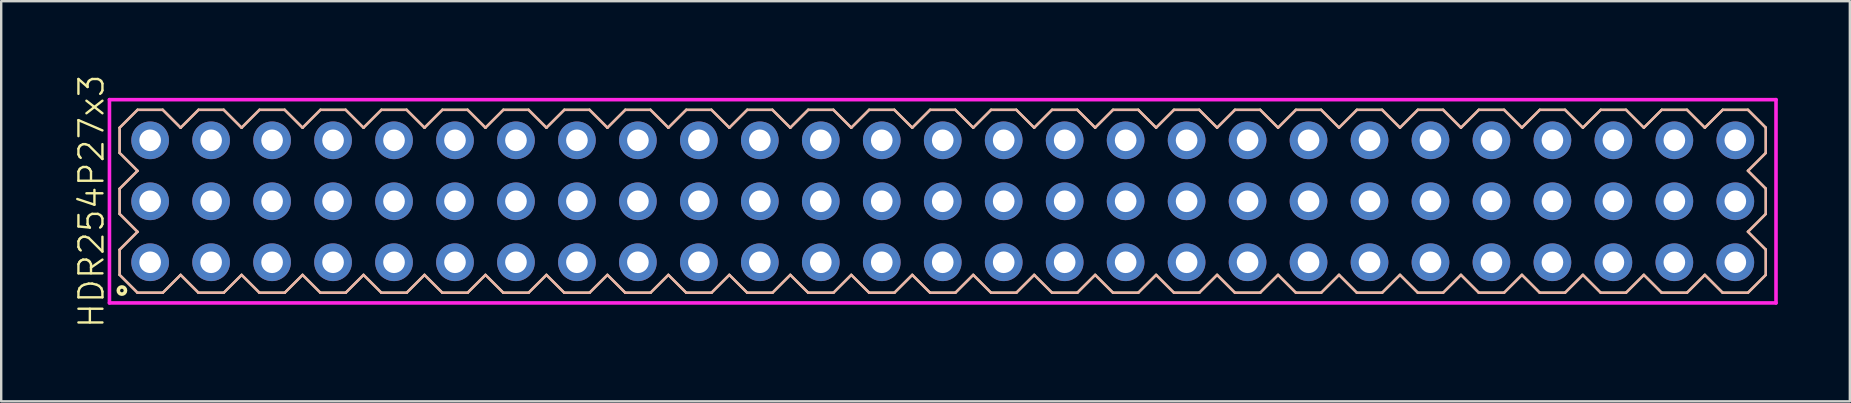
<source format=kicad_pcb>
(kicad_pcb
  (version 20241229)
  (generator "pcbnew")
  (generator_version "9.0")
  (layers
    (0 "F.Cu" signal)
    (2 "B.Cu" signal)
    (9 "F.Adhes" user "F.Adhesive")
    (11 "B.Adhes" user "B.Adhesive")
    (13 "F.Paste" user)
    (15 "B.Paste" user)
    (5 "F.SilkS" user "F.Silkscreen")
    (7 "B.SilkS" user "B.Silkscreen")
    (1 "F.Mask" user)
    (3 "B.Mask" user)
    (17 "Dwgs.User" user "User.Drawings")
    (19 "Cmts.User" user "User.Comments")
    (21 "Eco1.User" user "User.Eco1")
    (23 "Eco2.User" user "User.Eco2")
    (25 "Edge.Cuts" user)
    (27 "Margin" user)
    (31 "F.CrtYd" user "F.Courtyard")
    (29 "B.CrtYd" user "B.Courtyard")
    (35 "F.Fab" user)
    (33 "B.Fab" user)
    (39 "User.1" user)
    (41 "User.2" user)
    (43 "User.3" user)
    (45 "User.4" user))
  (footprint "HDR254P27x3"
    (layer "F.Cu")
    (at 36.225 5.336)
    (property "Reference" "HDR254P27x3" (at -35.465 0 90) (layer "F.SilkS") (effects (font (size 1 1) (thickness 0.1))))
    (attr through_hole)
    (fp_line (start -34.29 -3.066) (end -33.546 -3.81) (stroke (width 0.1) (type solid)) (layer "F.SilkS"))
    (fp_line (start -34.29 -2.014) (end -34.29 -3.066) (stroke (width 0.1) (type solid)) (layer "F.SilkS"))
    (fp_line (start -34.29 -0.526) (end -33.546 -1.27) (stroke (width 0.1) (type solid)) (layer "F.SilkS"))
    (fp_line (start -34.29 0.526) (end -34.29 -0.526) (stroke (width 0.1) (type solid)) (layer "F.SilkS"))
    (fp_line (start -34.29 2.014) (end -33.546 1.27) (stroke (width 0.1) (type solid)) (layer "F.SilkS"))
    (fp_line (start -34.29 3.066) (end -34.29 2.014) (stroke (width 0.1) (type solid)) (layer "F.SilkS"))
    (fp_line (start -33.546 -3.81) (end -32.494 -3.81) (stroke (width 0.1) (type solid)) (layer "F.SilkS"))
    (fp_line (start -33.546 -1.27) (end -34.29 -2.014) (stroke (width 0.1) (type solid)) (layer "F.SilkS"))
    (fp_line (start -33.546 1.27) (end -34.29 0.526) (stroke (width 0.1) (type solid)) (layer "F.SilkS"))
    (fp_line (start -33.546 3.81) (end -34.29 3.066) (stroke (width 0.1) (type solid)) (layer "F.SilkS"))
    (fp_line (start -32.494 -3.81) (end -31.75 -3.066) (stroke (width 0.1) (type solid)) (layer "F.SilkS"))
    (fp_line (start -32.494 3.81) (end -33.546 3.81) (stroke (width 0.1) (type solid)) (layer "F.SilkS"))
    (fp_line (start -31.75 -3.066) (end -31.006 -3.81) (stroke (width 0.1) (type solid)) (layer "F.SilkS"))
    (fp_line (start -31.75 3.066) (end -32.494 3.81) (stroke (width 0.1) (type solid)) (layer "F.SilkS"))
    (fp_line (start -31.006 -3.81) (end -29.954 -3.81) (stroke (width 0.1) (type solid)) (layer "F.SilkS"))
    (fp_line (start -31.006 3.81) (end -31.75 3.066) (stroke (width 0.1) (type solid)) (layer "F.SilkS"))
    (fp_line (start -29.954 -3.81) (end -29.21 -3.066) (stroke (width 0.1) (type solid)) (layer "F.SilkS"))
    (fp_line (start -29.954 3.81) (end -31.006 3.81) (stroke (width 0.1) (type solid)) (layer "F.SilkS"))
    (fp_line (start -29.21 -3.066) (end -28.466 -3.81) (stroke (width 0.1) (type solid)) (layer "F.SilkS"))
    (fp_line (start -29.21 3.066) (end -29.954 3.81) (stroke (width 0.1) (type solid)) (layer "F.SilkS"))
    (fp_line (start -28.466 -3.81) (end -27.414 -3.81) (stroke (width 0.1) (type solid)) (layer "F.SilkS"))
    (fp_line (start -28.466 3.81) (end -29.21 3.066) (stroke (width 0.1) (type solid)) (layer "F.SilkS"))
    (fp_line (start -27.414 -3.81) (end -26.67 -3.066) (stroke (width 0.1) (type solid)) (layer "F.SilkS"))
    (fp_line (start -27.414 3.81) (end -28.466 3.81) (stroke (width 0.1) (type solid)) (layer "F.SilkS"))
    (fp_line (start -26.67 -3.066) (end -25.926 -3.81) (stroke (width 0.1) (type solid)) (layer "F.SilkS"))
    (fp_line (start -26.67 3.066) (end -27.414 3.81) (stroke (width 0.1) (type solid)) (layer "F.SilkS"))
    (fp_line (start -25.926 -3.81) (end -24.874 -3.81) (stroke (width 0.1) (type solid)) (layer "F.SilkS"))
    (fp_line (start -25.926 3.81) (end -26.67 3.066) (stroke (width 0.1) (type solid)) (layer "F.SilkS"))
    (fp_line (start -24.874 -3.81) (end -24.13 -3.066) (stroke (width 0.1) (type solid)) (layer "F.SilkS"))
    (fp_line (start -24.874 3.81) (end -25.926 3.81) (stroke (width 0.1) (type solid)) (layer "F.SilkS"))
    (fp_line (start -24.13 -3.066) (end -23.386 -3.81) (stroke (width 0.1) (type solid)) (layer "F.SilkS"))
    (fp_line (start -24.13 3.066) (end -24.874 3.81) (stroke (width 0.1) (type solid)) (layer "F.SilkS"))
    (fp_line (start -23.386 -3.81) (end -22.334 -3.81) (stroke (width 0.1) (type solid)) (layer "F.SilkS"))
    (fp_line (start -23.386 3.81) (end -24.13 3.066) (stroke (width 0.1) (type solid)) (layer "F.SilkS"))
    (fp_line (start -22.334 -3.81) (end -21.59 -3.066) (stroke (width 0.1) (type solid)) (layer "F.SilkS"))
    (fp_line (start -22.334 3.81) (end -23.386 3.81) (stroke (width 0.1) (type solid)) (layer "F.SilkS"))
    (fp_line (start -21.59 -3.066) (end -20.846 -3.81) (stroke (width 0.1) (type solid)) (layer "F.SilkS"))
    (fp_line (start -21.59 3.066) (end -22.334 3.81) (stroke (width 0.1) (type solid)) (layer "F.SilkS"))
    (fp_line (start -20.846 -3.81) (end -19.794 -3.81) (stroke (width 0.1) (type solid)) (layer "F.SilkS"))
    (fp_line (start -20.846 3.81) (end -21.59 3.066) (stroke (width 0.1) (type solid)) (layer "F.SilkS"))
    (fp_line (start -19.794 -3.81) (end -19.05 -3.066) (stroke (width 0.1) (type solid)) (layer "F.SilkS"))
    (fp_line (start -19.794 3.81) (end -20.846 3.81) (stroke (width 0.1) (type solid)) (layer "F.SilkS"))
    (fp_line (start -19.05 -3.066) (end -18.306 -3.81) (stroke (width 0.1) (type solid)) (layer "F.SilkS"))
    (fp_line (start -19.05 3.066) (end -19.794 3.81) (stroke (width 0.1) (type solid)) (layer "F.SilkS"))
    (fp_line (start -18.306 -3.81) (end -17.254 -3.81) (stroke (width 0.1) (type solid)) (layer "F.SilkS"))
    (fp_line (start -18.306 3.81) (end -19.05 3.066) (stroke (width 0.1) (type solid)) (layer "F.SilkS"))
    (fp_line (start -17.254 -3.81) (end -16.51 -3.066) (stroke (width 0.1) (type solid)) (layer "F.SilkS"))
    (fp_line (start -17.254 3.81) (end -18.306 3.81) (stroke (width 0.1) (type solid)) (layer "F.SilkS"))
    (fp_line (start -16.51 -3.066) (end -15.766 -3.81) (stroke (width 0.1) (type solid)) (layer "F.SilkS"))
    (fp_line (start -16.51 3.066) (end -17.254 3.81) (stroke (width 0.1) (type solid)) (layer "F.SilkS"))
    (fp_line (start -15.766 -3.81) (end -14.714 -3.81) (stroke (width 0.1) (type solid)) (layer "F.SilkS"))
    (fp_line (start -15.766 3.81) (end -16.51 3.066) (stroke (width 0.1) (type solid)) (layer "F.SilkS"))
    (fp_line (start -14.714 -3.81) (end -13.97 -3.066) (stroke (width 0.1) (type solid)) (layer "F.SilkS"))
    (fp_line (start -14.714 3.81) (end -15.766 3.81) (stroke (width 0.1) (type solid)) (layer "F.SilkS"))
    (fp_line (start -13.97 -3.066) (end -13.226 -3.81) (stroke (width 0.1) (type solid)) (layer "F.SilkS"))
    (fp_line (start -13.97 3.066) (end -14.714 3.81) (stroke (width 0.1) (type solid)) (layer "F.SilkS"))
    (fp_line (start -13.226 -3.81) (end -12.174 -3.81) (stroke (width 0.1) (type solid)) (layer "F.SilkS"))
    (fp_line (start -13.226 3.81) (end -13.97 3.066) (stroke (width 0.1) (type solid)) (layer "F.SilkS"))
    (fp_line (start -12.174 -3.81) (end -11.43 -3.066) (stroke (width 0.1) (type solid)) (layer "F.SilkS"))
    (fp_line (start -12.174 3.81) (end -13.226 3.81) (stroke (width 0.1) (type solid)) (layer "F.SilkS"))
    (fp_line (start -11.43 -3.066) (end -10.686 -3.81) (stroke (width 0.1) (type solid)) (layer "F.SilkS"))
    (fp_line (start -11.43 3.066) (end -12.174 3.81) (stroke (width 0.1) (type solid)) (layer "F.SilkS"))
    (fp_line (start -10.686 -3.81) (end -9.634 -3.81) (stroke (width 0.1) (type solid)) (layer "F.SilkS"))
    (fp_line (start -10.686 3.81) (end -11.43 3.066) (stroke (width 0.1) (type solid)) (layer "F.SilkS"))
    (fp_line (start -9.634 -3.81) (end -8.89 -3.066) (stroke (width 0.1) (type solid)) (layer "F.SilkS"))
    (fp_line (start -9.634 3.81) (end -10.686 3.81) (stroke (width 0.1) (type solid)) (layer "F.SilkS"))
    (fp_line (start -8.89 -3.066) (end -8.146 -3.81) (stroke (width 0.1) (type solid)) (layer "F.SilkS"))
    (fp_line (start -8.89 3.066) (end -9.634 3.81) (stroke (width 0.1) (type solid)) (layer "F.SilkS"))
    (fp_line (start -8.146 -3.81) (end -7.094 -3.81) (stroke (width 0.1) (type solid)) (layer "F.SilkS"))
    (fp_line (start -8.146 3.81) (end -8.89 3.066) (stroke (width 0.1) (type solid)) (layer "F.SilkS"))
    (fp_line (start -7.094 -3.81) (end -6.35 -3.066) (stroke (width 0.1) (type solid)) (layer "F.SilkS"))
    (fp_line (start -7.094 3.81) (end -8.146 3.81) (stroke (width 0.1) (type solid)) (layer "F.SilkS"))
    (fp_line (start -6.35 -3.066) (end -5.606 -3.81) (stroke (width 0.1) (type solid)) (layer "F.SilkS"))
    (fp_line (start -6.35 3.066) (end -7.094 3.81) (stroke (width 0.1) (type solid)) (layer "F.SilkS"))
    (fp_line (start -5.606 -3.81) (end -4.554 -3.81) (stroke (width 0.1) (type solid)) (layer "F.SilkS"))
    (fp_line (start -5.606 3.81) (end -6.35 3.066) (stroke (width 0.1) (type solid)) (layer "F.SilkS"))
    (fp_line (start -4.554 -3.81) (end -3.81 -3.066) (stroke (width 0.1) (type solid)) (layer "F.SilkS"))
    (fp_line (start -4.554 3.81) (end -5.606 3.81) (stroke (width 0.1) (type solid)) (layer "F.SilkS"))
    (fp_line (start -3.81 -3.066) (end -3.066 -3.81) (stroke (width 0.1) (type solid)) (layer "F.SilkS"))
    (fp_line (start -3.81 3.066) (end -4.554 3.81) (stroke (width 0.1) (type solid)) (layer "F.SilkS"))
    (fp_line (start -3.066 -3.81) (end -2.014 -3.81) (stroke (width 0.1) (type solid)) (layer "F.SilkS"))
    (fp_line (start -3.066 3.81) (end -3.81 3.066) (stroke (width 0.1) (type solid)) (layer "F.SilkS"))
    (fp_line (start -2.014 -3.81) (end -1.27 -3.066) (stroke (width 0.1) (type solid)) (layer "F.SilkS"))
    (fp_line (start -2.014 3.81) (end -3.066 3.81) (stroke (width 0.1) (type solid)) (layer "F.SilkS"))
    (fp_line (start -1.27 -3.066) (end -0.526 -3.81) (stroke (width 0.1) (type solid)) (layer "F.SilkS"))
    (fp_line (start -1.27 3.066) (end -2.014 3.81) (stroke (width 0.1) (type solid)) (layer "F.SilkS"))
    (fp_line (start -0.526 -3.81) (end 0.526 -3.81) (stroke (width 0.1) (type solid)) (layer "F.SilkS"))
    (fp_line (start -0.526 3.81) (end -1.27 3.066) (stroke (width 0.1) (type solid)) (layer "F.SilkS"))
    (fp_line (start 0.526 -3.81) (end 1.27 -3.066) (stroke (width 0.1) (type solid)) (layer "F.SilkS"))
    (fp_line (start 0.526 3.81) (end -0.526 3.81) (stroke (width 0.1) (type solid)) (layer "F.SilkS"))
    (fp_line (start 1.27 -3.066) (end 2.014 -3.81) (stroke (width 0.1) (type solid)) (layer "F.SilkS"))
    (fp_line (start 1.27 3.066) (end 0.526 3.81) (stroke (width 0.1) (type solid)) (layer "F.SilkS"))
    (fp_line (start 2.014 -3.81) (end 3.066 -3.81) (stroke (width 0.1) (type solid)) (layer "F.SilkS"))
    (fp_line (start 2.014 3.81) (end 1.27 3.066) (stroke (width 0.1) (type solid)) (layer "F.SilkS"))
    (fp_line (start 3.066 -3.81) (end 3.81 -3.066) (stroke (width 0.1) (type solid)) (layer "F.SilkS"))
    (fp_line (start 3.066 3.81) (end 2.014 3.81) (stroke (width 0.1) (type solid)) (layer "F.SilkS"))
    (fp_line (start 3.81 -3.066) (end 4.554 -3.81) (stroke (width 0.1) (type solid)) (layer "F.SilkS"))
    (fp_line (start 3.81 3.066) (end 3.066 3.81) (stroke (width 0.1) (type solid)) (layer "F.SilkS"))
    (fp_line (start 4.554 -3.81) (end 5.606 -3.81) (stroke (width 0.1) (type solid)) (layer "F.SilkS"))
    (fp_line (start 4.554 3.81) (end 3.81 3.066) (stroke (width 0.1) (type solid)) (layer "F.SilkS"))
    (fp_line (start 5.606 -3.81) (end 6.35 -3.066) (stroke (width 0.1) (type solid)) (layer "F.SilkS"))
    (fp_line (start 5.606 3.81) (end 4.554 3.81) (stroke (width 0.1) (type solid)) (layer "F.SilkS"))
    (fp_line (start 6.35 -3.066) (end 7.094 -3.81) (stroke (width 0.1) (type solid)) (layer "F.SilkS"))
    (fp_line (start 6.35 3.066) (end 5.606 3.81) (stroke (width 0.1) (type solid)) (layer "F.SilkS"))
    (fp_line (start 7.094 -3.81) (end 8.146 -3.81) (stroke (width 0.1) (type solid)) (layer "F.SilkS"))
    (fp_line (start 7.094 3.81) (end 6.35 3.066) (stroke (width 0.1) (type solid)) (layer "F.SilkS"))
    (fp_line (start 8.146 -3.81) (end 8.89 -3.066) (stroke (width 0.1) (type solid)) (layer "F.SilkS"))
    (fp_line (start 8.146 3.81) (end 7.094 3.81) (stroke (width 0.1) (type solid)) (layer "F.SilkS"))
    (fp_line (start 8.89 -3.066) (end 9.634 -3.81) (stroke (width 0.1) (type solid)) (layer "F.SilkS"))
    (fp_line (start 8.89 3.066) (end 8.146 3.81) (stroke (width 0.1) (type solid)) (layer "F.SilkS"))
    (fp_line (start 9.634 -3.81) (end 10.686 -3.81) (stroke (width 0.1) (type solid)) (layer "F.SilkS"))
    (fp_line (start 9.634 3.81) (end 8.89 3.066) (stroke (width 0.1) (type solid)) (layer "F.SilkS"))
    (fp_line (start 10.686 -3.81) (end 11.43 -3.066) (stroke (width 0.1) (type solid)) (layer "F.SilkS"))
    (fp_line (start 10.686 3.81) (end 9.634 3.81) (stroke (width 0.1) (type solid)) (layer "F.SilkS"))
    (fp_line (start 11.43 -3.066) (end 12.174 -3.81) (stroke (width 0.1) (type solid)) (layer "F.SilkS"))
    (fp_line (start 11.43 3.066) (end 10.686 3.81) (stroke (width 0.1) (type solid)) (layer "F.SilkS"))
    (fp_line (start 12.174 -3.81) (end 13.226 -3.81) (stroke (width 0.1) (type solid)) (layer "F.SilkS"))
    (fp_line (start 12.174 3.81) (end 11.43 3.066) (stroke (width 0.1) (type solid)) (layer "F.SilkS"))
    (fp_line (start 13.226 -3.81) (end 13.97 -3.066) (stroke (width 0.1) (type solid)) (layer "F.SilkS"))
    (fp_line (start 13.226 3.81) (end 12.174 3.81) (stroke (width 0.1) (type solid)) (layer "F.SilkS"))
    (fp_line (start 13.97 -3.066) (end 14.714 -3.81) (stroke (width 0.1) (type solid)) (layer "F.SilkS"))
    (fp_line (start 13.97 3.066) (end 13.226 3.81) (stroke (width 0.1) (type solid)) (layer "F.SilkS"))
    (fp_line (start 14.714 -3.81) (end 15.766 -3.81) (stroke (width 0.1) (type solid)) (layer "F.SilkS"))
    (fp_line (start 14.714 3.81) (end 13.97 3.066) (stroke (width 0.1) (type solid)) (layer "F.SilkS"))
    (fp_line (start 15.766 -3.81) (end 16.51 -3.066) (stroke (width 0.1) (type solid)) (layer "F.SilkS"))
    (fp_line (start 15.766 3.81) (end 14.714 3.81) (stroke (width 0.1) (type solid)) (layer "F.SilkS"))
    (fp_line (start 16.51 -3.066) (end 17.254 -3.81) (stroke (width 0.1) (type solid)) (layer "F.SilkS"))
    (fp_line (start 16.51 3.066) (end 15.766 3.81) (stroke (width 0.1) (type solid)) (layer "F.SilkS"))
    (fp_line (start 17.254 -3.81) (end 18.306 -3.81) (stroke (width 0.1) (type solid)) (layer "F.SilkS"))
    (fp_line (start 17.254 3.81) (end 16.51 3.066) (stroke (width 0.1) (type solid)) (layer "F.SilkS"))
    (fp_line (start 18.306 -3.81) (end 19.05 -3.066) (stroke (width 0.1) (type solid)) (layer "F.SilkS"))
    (fp_line (start 18.306 3.81) (end 17.254 3.81) (stroke (width 0.1) (type solid)) (layer "F.SilkS"))
    (fp_line (start 19.05 -3.066) (end 19.794 -3.81) (stroke (width 0.1) (type solid)) (layer "F.SilkS"))
    (fp_line (start 19.05 3.066) (end 18.306 3.81) (stroke (width 0.1) (type solid)) (layer "F.SilkS"))
    (fp_line (start 19.794 -3.81) (end 20.846 -3.81) (stroke (width 0.1) (type solid)) (layer "F.SilkS"))
    (fp_line (start 19.794 3.81) (end 19.05 3.066) (stroke (width 0.1) (type solid)) (layer "F.SilkS"))
    (fp_line (start 20.846 -3.81) (end 21.59 -3.066) (stroke (width 0.1) (type solid)) (layer "F.SilkS"))
    (fp_line (start 20.846 3.81) (end 19.794 3.81) (stroke (width 0.1) (type solid)) (layer "F.SilkS"))
    (fp_line (start 21.59 -3.066) (end 22.334 -3.81) (stroke (width 0.1) (type solid)) (layer "F.SilkS"))
    (fp_line (start 21.59 3.066) (end 20.846 3.81) (stroke (width 0.1) (type solid)) (layer "F.SilkS"))
    (fp_line (start 22.334 -3.81) (end 23.386 -3.81) (stroke (width 0.1) (type solid)) (layer "F.SilkS"))
    (fp_line (start 22.334 3.81) (end 21.59 3.066) (stroke (width 0.1) (type solid)) (layer "F.SilkS"))
    (fp_line (start 23.386 -3.81) (end 24.13 -3.066) (stroke (width 0.1) (type solid)) (layer "F.SilkS"))
    (fp_line (start 23.386 3.81) (end 22.334 3.81) (stroke (width 0.1) (type solid)) (layer "F.SilkS"))
    (fp_line (start 24.13 -3.066) (end 24.874 -3.81) (stroke (width 0.1) (type solid)) (layer "F.SilkS"))
    (fp_line (start 24.13 3.066) (end 23.386 3.81) (stroke (width 0.1) (type solid)) (layer "F.SilkS"))
    (fp_line (start 24.874 -3.81) (end 25.926 -3.81) (stroke (width 0.1) (type solid)) (layer "F.SilkS"))
    (fp_line (start 24.874 3.81) (end 24.13 3.066) (stroke (width 0.1) (type solid)) (layer "F.SilkS"))
    (fp_line (start 25.926 -3.81) (end 26.67 -3.066) (stroke (width 0.1) (type solid)) (layer "F.SilkS"))
    (fp_line (start 25.926 3.81) (end 24.874 3.81) (stroke (width 0.1) (type solid)) (layer "F.SilkS"))
    (fp_line (start 26.67 -3.066) (end 27.414 -3.81) (stroke (width 0.1) (type solid)) (layer "F.SilkS"))
    (fp_line (start 26.67 3.066) (end 25.926 3.81) (stroke (width 0.1) (type solid)) (layer "F.SilkS"))
    (fp_line (start 27.414 -3.81) (end 28.466 -3.81) (stroke (width 0.1) (type solid)) (layer "F.SilkS"))
    (fp_line (start 27.414 3.81) (end 26.67 3.066) (stroke (width 0.1) (type solid)) (layer "F.SilkS"))
    (fp_line (start 28.466 -3.81) (end 29.21 -3.066) (stroke (width 0.1) (type solid)) (layer "F.SilkS"))
    (fp_line (start 28.466 3.81) (end 27.414 3.81) (stroke (width 0.1) (type solid)) (layer "F.SilkS"))
    (fp_line (start 29.21 -3.066) (end 29.954 -3.81) (stroke (width 0.1) (type solid)) (layer "F.SilkS"))
    (fp_line (start 29.21 3.066) (end 28.466 3.81) (stroke (width 0.1) (type solid)) (layer "F.SilkS"))
    (fp_line (start 29.954 -3.81) (end 31.006 -3.81) (stroke (width 0.1) (type solid)) (layer "F.SilkS"))
    (fp_line (start 29.954 3.81) (end 29.21 3.066) (stroke (width 0.1) (type solid)) (layer "F.SilkS"))
    (fp_line (start 31.006 -3.81) (end 31.75 -3.066) (stroke (width 0.1) (type solid)) (layer "F.SilkS"))
    (fp_line (start 31.006 3.81) (end 29.954 3.81) (stroke (width 0.1) (type solid)) (layer "F.SilkS"))
    (fp_line (start 31.75 -3.066) (end 32.494 -3.81) (stroke (width 0.1) (type solid)) (layer "F.SilkS"))
    (fp_line (start 31.75 3.066) (end 31.006 3.81) (stroke (width 0.1) (type solid)) (layer "F.SilkS"))
    (fp_line (start 32.494 -3.81) (end 33.546 -3.81) (stroke (width 0.1) (type solid)) (layer "F.SilkS"))
    (fp_line (start 32.494 3.81) (end 31.75 3.066) (stroke (width 0.1) (type solid)) (layer "F.SilkS"))
    (fp_line (start 33.546 -3.81) (end 34.29 -3.066) (stroke (width 0.1) (type solid)) (layer "F.SilkS"))
    (fp_line (start 33.546 -1.27) (end 34.29 -0.526) (stroke (width 0.1) (type solid)) (layer "F.SilkS"))
    (fp_line (start 33.546 1.27) (end 34.29 2.014) (stroke (width 0.1) (type solid)) (layer "F.SilkS"))
    (fp_line (start 33.546 3.81) (end 32.494 3.81) (stroke (width 0.1) (type solid)) (layer "F.SilkS"))
    (fp_line (start 34.29 -3.066) (end 34.29 -2.014) (stroke (width 0.1) (type solid)) (layer "F.SilkS"))
    (fp_line (start 34.29 -2.014) (end 33.546 -1.27) (stroke (width 0.1) (type solid)) (layer "F.SilkS"))
    (fp_line (start 34.29 -0.526) (end 34.29 0.526) (stroke (width 0.1) (type solid)) (layer "F.SilkS"))
    (fp_line (start 34.29 0.526) (end 33.546 1.27) (stroke (width 0.1) (type solid)) (layer "F.SilkS"))
    (fp_line (start 34.29 2.014) (end 34.29 3.066) (stroke (width 0.1) (type solid)) (layer "F.SilkS"))
    (fp_line (start 34.29 3.066) (end 33.546 3.81) (stroke (width 0.1) (type solid)) (layer "F.SilkS"))
    (fp_circle (center -34.197 3.718) (end -34.047 3.718) (stroke (width 0.15) (type solid)) (fill no) (layer "F.SilkS"))
    (fp_line (start -34.29 -3.066) (end -33.546 -3.81) (stroke (width 0.1) (type solid)) (layer "B.SilkS"))
    (fp_line (start -34.29 -2.014) (end -34.29 -3.066) (stroke (width 0.1) (type solid)) (layer "B.SilkS"))
    (fp_line (start -34.29 -0.526) (end -33.546 -1.27) (stroke (width 0.1) (type solid)) (layer "B.SilkS"))
    (fp_line (start -34.29 0.526) (end -34.29 -0.526) (stroke (width 0.1) (type solid)) (layer "B.SilkS"))
    (fp_line (start -34.29 2.014) (end -33.546 1.27) (stroke (width 0.1) (type solid)) (layer "B.SilkS"))
    (fp_line (start -34.29 3.066) (end -34.29 2.014) (stroke (width 0.1) (type solid)) (layer "B.SilkS"))
    (fp_line (start -33.546 -3.81) (end -32.494 -3.81) (stroke (width 0.1) (type solid)) (layer "B.SilkS"))
    (fp_line (start -33.546 -1.27) (end -34.29 -2.014) (stroke (width 0.1) (type solid)) (layer "B.SilkS"))
    (fp_line (start -33.546 1.27) (end -34.29 0.526) (stroke (width 0.1) (type solid)) (layer "B.SilkS"))
    (fp_line (start -33.546 3.81) (end -34.29 3.066) (stroke (width 0.1) (type solid)) (layer "B.SilkS"))
    (fp_line (start -32.494 -3.81) (end -31.75 -3.066) (stroke (width 0.1) (type solid)) (layer "B.SilkS"))
    (fp_line (start -32.494 3.81) (end -33.546 3.81) (stroke (width 0.1) (type solid)) (layer "B.SilkS"))
    (fp_line (start -31.75 -3.066) (end -31.006 -3.81) (stroke (width 0.1) (type solid)) (layer "B.SilkS"))
    (fp_line (start -31.75 3.066) (end -32.494 3.81) (stroke (width 0.1) (type solid)) (layer "B.SilkS"))
    (fp_line (start -31.006 -3.81) (end -29.954 -3.81) (stroke (width 0.1) (type solid)) (layer "B.SilkS"))
    (fp_line (start -31.006 3.81) (end -31.75 3.066) (stroke (width 0.1) (type solid)) (layer "B.SilkS"))
    (fp_line (start -29.954 -3.81) (end -29.21 -3.066) (stroke (width 0.1) (type solid)) (layer "B.SilkS"))
    (fp_line (start -29.954 3.81) (end -31.006 3.81) (stroke (width 0.1) (type solid)) (layer "B.SilkS"))
    (fp_line (start -29.21 -3.066) (end -28.466 -3.81) (stroke (width 0.1) (type solid)) (layer "B.SilkS"))
    (fp_line (start -29.21 3.066) (end -29.954 3.81) (stroke (width 0.1) (type solid)) (layer "B.SilkS"))
    (fp_line (start -28.466 -3.81) (end -27.414 -3.81) (stroke (width 0.1) (type solid)) (layer "B.SilkS"))
    (fp_line (start -28.466 3.81) (end -29.21 3.066) (stroke (width 0.1) (type solid)) (layer "B.SilkS"))
    (fp_line (start -27.414 -3.81) (end -26.67 -3.066) (stroke (width 0.1) (type solid)) (layer "B.SilkS"))
    (fp_line (start -27.414 3.81) (end -28.466 3.81) (stroke (width 0.1) (type solid)) (layer "B.SilkS"))
    (fp_line (start -26.67 -3.066) (end -25.926 -3.81) (stroke (width 0.1) (type solid)) (layer "B.SilkS"))
    (fp_line (start -26.67 3.066) (end -27.414 3.81) (stroke (width 0.1) (type solid)) (layer "B.SilkS"))
    (fp_line (start -25.926 -3.81) (end -24.874 -3.81) (stroke (width 0.1) (type solid)) (layer "B.SilkS"))
    (fp_line (start -25.926 3.81) (end -26.67 3.066) (stroke (width 0.1) (type solid)) (layer "B.SilkS"))
    (fp_line (start -24.874 -3.81) (end -24.13 -3.066) (stroke (width 0.1) (type solid)) (layer "B.SilkS"))
    (fp_line (start -24.874 3.81) (end -25.926 3.81) (stroke (width 0.1) (type solid)) (layer "B.SilkS"))
    (fp_line (start -24.13 -3.066) (end -23.386 -3.81) (stroke (width 0.1) (type solid)) (layer "B.SilkS"))
    (fp_line (start -24.13 3.066) (end -24.874 3.81) (stroke (width 0.1) (type solid)) (layer "B.SilkS"))
    (fp_line (start -23.386 -3.81) (end -22.334 -3.81) (stroke (width 0.1) (type solid)) (layer "B.SilkS"))
    (fp_line (start -23.386 3.81) (end -24.13 3.066) (stroke (width 0.1) (type solid)) (layer "B.SilkS"))
    (fp_line (start -22.334 -3.81) (end -21.59 -3.066) (stroke (width 0.1) (type solid)) (layer "B.SilkS"))
    (fp_line (start -22.334 3.81) (end -23.386 3.81) (stroke (width 0.1) (type solid)) (layer "B.SilkS"))
    (fp_line (start -21.59 -3.066) (end -20.846 -3.81) (stroke (width 0.1) (type solid)) (layer "B.SilkS"))
    (fp_line (start -21.59 3.066) (end -22.334 3.81) (stroke (width 0.1) (type solid)) (layer "B.SilkS"))
    (fp_line (start -20.846 -3.81) (end -19.794 -3.81) (stroke (width 0.1) (type solid)) (layer "B.SilkS"))
    (fp_line (start -20.846 3.81) (end -21.59 3.066) (stroke (width 0.1) (type solid)) (layer "B.SilkS"))
    (fp_line (start -19.794 -3.81) (end -19.05 -3.066) (stroke (width 0.1) (type solid)) (layer "B.SilkS"))
    (fp_line (start -19.794 3.81) (end -20.846 3.81) (stroke (width 0.1) (type solid)) (layer "B.SilkS"))
    (fp_line (start -19.05 -3.066) (end -18.306 -3.81) (stroke (width 0.1) (type solid)) (layer "B.SilkS"))
    (fp_line (start -19.05 3.066) (end -19.794 3.81) (stroke (width 0.1) (type solid)) (layer "B.SilkS"))
    (fp_line (start -18.306 -3.81) (end -17.254 -3.81) (stroke (width 0.1) (type solid)) (layer "B.SilkS"))
    (fp_line (start -18.306 3.81) (end -19.05 3.066) (stroke (width 0.1) (type solid)) (layer "B.SilkS"))
    (fp_line (start -17.254 -3.81) (end -16.51 -3.066) (stroke (width 0.1) (type solid)) (layer "B.SilkS"))
    (fp_line (start -17.254 3.81) (end -18.306 3.81) (stroke (width 0.1) (type solid)) (layer "B.SilkS"))
    (fp_line (start -16.51 -3.066) (end -15.766 -3.81) (stroke (width 0.1) (type solid)) (layer "B.SilkS"))
    (fp_line (start -16.51 3.066) (end -17.254 3.81) (stroke (width 0.1) (type solid)) (layer "B.SilkS"))
    (fp_line (start -15.766 -3.81) (end -14.714 -3.81) (stroke (width 0.1) (type solid)) (layer "B.SilkS"))
    (fp_line (start -15.766 3.81) (end -16.51 3.066) (stroke (width 0.1) (type solid)) (layer "B.SilkS"))
    (fp_line (start -14.714 -3.81) (end -13.97 -3.066) (stroke (width 0.1) (type solid)) (layer "B.SilkS"))
    (fp_line (start -14.714 3.81) (end -15.766 3.81) (stroke (width 0.1) (type solid)) (layer "B.SilkS"))
    (fp_line (start -13.97 -3.066) (end -13.226 -3.81) (stroke (width 0.1) (type solid)) (layer "B.SilkS"))
    (fp_line (start -13.97 3.066) (end -14.714 3.81) (stroke (width 0.1) (type solid)) (layer "B.SilkS"))
    (fp_line (start -13.226 -3.81) (end -12.174 -3.81) (stroke (width 0.1) (type solid)) (layer "B.SilkS"))
    (fp_line (start -13.226 3.81) (end -13.97 3.066) (stroke (width 0.1) (type solid)) (layer "B.SilkS"))
    (fp_line (start -12.174 -3.81) (end -11.43 -3.066) (stroke (width 0.1) (type solid)) (layer "B.SilkS"))
    (fp_line (start -12.174 3.81) (end -13.226 3.81) (stroke (width 0.1) (type solid)) (layer "B.SilkS"))
    (fp_line (start -11.43 -3.066) (end -10.686 -3.81) (stroke (width 0.1) (type solid)) (layer "B.SilkS"))
    (fp_line (start -11.43 3.066) (end -12.174 3.81) (stroke (width 0.1) (type solid)) (layer "B.SilkS"))
    (fp_line (start -10.686 -3.81) (end -9.634 -3.81) (stroke (width 0.1) (type solid)) (layer "B.SilkS"))
    (fp_line (start -10.686 3.81) (end -11.43 3.066) (stroke (width 0.1) (type solid)) (layer "B.SilkS"))
    (fp_line (start -9.634 -3.81) (end -8.89 -3.066) (stroke (width 0.1) (type solid)) (layer "B.SilkS"))
    (fp_line (start -9.634 3.81) (end -10.686 3.81) (stroke (width 0.1) (type solid)) (layer "B.SilkS"))
    (fp_line (start -8.89 -3.066) (end -8.146 -3.81) (stroke (width 0.1) (type solid)) (layer "B.SilkS"))
    (fp_line (start -8.89 3.066) (end -9.634 3.81) (stroke (width 0.1) (type solid)) (layer "B.SilkS"))
    (fp_line (start -8.146 -3.81) (end -7.094 -3.81) (stroke (width 0.1) (type solid)) (layer "B.SilkS"))
    (fp_line (start -8.146 3.81) (end -8.89 3.066) (stroke (width 0.1) (type solid)) (layer "B.SilkS"))
    (fp_line (start -7.094 -3.81) (end -6.35 -3.066) (stroke (width 0.1) (type solid)) (layer "B.SilkS"))
    (fp_line (start -7.094 3.81) (end -8.146 3.81) (stroke (width 0.1) (type solid)) (layer "B.SilkS"))
    (fp_line (start -6.35 -3.066) (end -5.606 -3.81) (stroke (width 0.1) (type solid)) (layer "B.SilkS"))
    (fp_line (start -6.35 3.066) (end -7.094 3.81) (stroke (width 0.1) (type solid)) (layer "B.SilkS"))
    (fp_line (start -5.606 -3.81) (end -4.554 -3.81) (stroke (width 0.1) (type solid)) (layer "B.SilkS"))
    (fp_line (start -5.606 3.81) (end -6.35 3.066) (stroke (width 0.1) (type solid)) (layer "B.SilkS"))
    (fp_line (start -4.554 -3.81) (end -3.81 -3.066) (stroke (width 0.1) (type solid)) (layer "B.SilkS"))
    (fp_line (start -4.554 3.81) (end -5.606 3.81) (stroke (width 0.1) (type solid)) (layer "B.SilkS"))
    (fp_line (start -3.81 -3.066) (end -3.066 -3.81) (stroke (width 0.1) (type solid)) (layer "B.SilkS"))
    (fp_line (start -3.81 3.066) (end -4.554 3.81) (stroke (width 0.1) (type solid)) (layer "B.SilkS"))
    (fp_line (start -3.066 -3.81) (end -2.014 -3.81) (stroke (width 0.1) (type solid)) (layer "B.SilkS"))
    (fp_line (start -3.066 3.81) (end -3.81 3.066) (stroke (width 0.1) (type solid)) (layer "B.SilkS"))
    (fp_line (start -2.014 -3.81) (end -1.27 -3.066) (stroke (width 0.1) (type solid)) (layer "B.SilkS"))
    (fp_line (start -2.014 3.81) (end -3.066 3.81) (stroke (width 0.1) (type solid)) (layer "B.SilkS"))
    (fp_line (start -1.27 -3.066) (end -0.526 -3.81) (stroke (width 0.1) (type solid)) (layer "B.SilkS"))
    (fp_line (start -1.27 3.066) (end -2.014 3.81) (stroke (width 0.1) (type solid)) (layer "B.SilkS"))
    (fp_line (start -0.526 -3.81) (end 0.526 -3.81) (stroke (width 0.1) (type solid)) (layer "B.SilkS"))
    (fp_line (start -0.526 3.81) (end -1.27 3.066) (stroke (width 0.1) (type solid)) (layer "B.SilkS"))
    (fp_line (start 0.526 -3.81) (end 1.27 -3.066) (stroke (width 0.1) (type solid)) (layer "B.SilkS"))
    (fp_line (start 0.526 3.81) (end -0.526 3.81) (stroke (width 0.1) (type solid)) (layer "B.SilkS"))
    (fp_line (start 1.27 -3.066) (end 2.014 -3.81) (stroke (width 0.1) (type solid)) (layer "B.SilkS"))
    (fp_line (start 1.27 3.066) (end 0.526 3.81) (stroke (width 0.1) (type solid)) (layer "B.SilkS"))
    (fp_line (start 2.014 -3.81) (end 3.066 -3.81) (stroke (width 0.1) (type solid)) (layer "B.SilkS"))
    (fp_line (start 2.014 3.81) (end 1.27 3.066) (stroke (width 0.1) (type solid)) (layer "B.SilkS"))
    (fp_line (start 3.066 -3.81) (end 3.81 -3.066) (stroke (width 0.1) (type solid)) (layer "B.SilkS"))
    (fp_line (start 3.066 3.81) (end 2.014 3.81) (stroke (width 0.1) (type solid)) (layer "B.SilkS"))
    (fp_line (start 3.81 -3.066) (end 4.554 -3.81) (stroke (width 0.1) (type solid)) (layer "B.SilkS"))
    (fp_line (start 3.81 3.066) (end 3.066 3.81) (stroke (width 0.1) (type solid)) (layer "B.SilkS"))
    (fp_line (start 4.554 -3.81) (end 5.606 -3.81) (stroke (width 0.1) (type solid)) (layer "B.SilkS"))
    (fp_line (start 4.554 3.81) (end 3.81 3.066) (stroke (width 0.1) (type solid)) (layer "B.SilkS"))
    (fp_line (start 5.606 -3.81) (end 6.35 -3.066) (stroke (width 0.1) (type solid)) (layer "B.SilkS"))
    (fp_line (start 5.606 3.81) (end 4.554 3.81) (stroke (width 0.1) (type solid)) (layer "B.SilkS"))
    (fp_line (start 6.35 -3.066) (end 7.094 -3.81) (stroke (width 0.1) (type solid)) (layer "B.SilkS"))
    (fp_line (start 6.35 3.066) (end 5.606 3.81) (stroke (width 0.1) (type solid)) (layer "B.SilkS"))
    (fp_line (start 7.094 -3.81) (end 8.146 -3.81) (stroke (width 0.1) (type solid)) (layer "B.SilkS"))
    (fp_line (start 7.094 3.81) (end 6.35 3.066) (stroke (width 0.1) (type solid)) (layer "B.SilkS"))
    (fp_line (start 8.146 -3.81) (end 8.89 -3.066) (stroke (width 0.1) (type solid)) (layer "B.SilkS"))
    (fp_line (start 8.146 3.81) (end 7.094 3.81) (stroke (width 0.1) (type solid)) (layer "B.SilkS"))
    (fp_line (start 8.89 -3.066) (end 9.634 -3.81) (stroke (width 0.1) (type solid)) (layer "B.SilkS"))
    (fp_line (start 8.89 3.066) (end 8.146 3.81) (stroke (width 0.1) (type solid)) (layer "B.SilkS"))
    (fp_line (start 9.634 -3.81) (end 10.686 -3.81) (stroke (width 0.1) (type solid)) (layer "B.SilkS"))
    (fp_line (start 9.634 3.81) (end 8.89 3.066) (stroke (width 0.1) (type solid)) (layer "B.SilkS"))
    (fp_line (start 10.686 -3.81) (end 11.43 -3.066) (stroke (width 0.1) (type solid)) (layer "B.SilkS"))
    (fp_line (start 10.686 3.81) (end 9.634 3.81) (stroke (width 0.1) (type solid)) (layer "B.SilkS"))
    (fp_line (start 11.43 -3.066) (end 12.174 -3.81) (stroke (width 0.1) (type solid)) (layer "B.SilkS"))
    (fp_line (start 11.43 3.066) (end 10.686 3.81) (stroke (width 0.1) (type solid)) (layer "B.SilkS"))
    (fp_line (start 12.174 -3.81) (end 13.226 -3.81) (stroke (width 0.1) (type solid)) (layer "B.SilkS"))
    (fp_line (start 12.174 3.81) (end 11.43 3.066) (stroke (width 0.1) (type solid)) (layer "B.SilkS"))
    (fp_line (start 13.226 -3.81) (end 13.97 -3.066) (stroke (width 0.1) (type solid)) (layer "B.SilkS"))
    (fp_line (start 13.226 3.81) (end 12.174 3.81) (stroke (width 0.1) (type solid)) (layer "B.SilkS"))
    (fp_line (start 13.97 -3.066) (end 14.714 -3.81) (stroke (width 0.1) (type solid)) (layer "B.SilkS"))
    (fp_line (start 13.97 3.066) (end 13.226 3.81) (stroke (width 0.1) (type solid)) (layer "B.SilkS"))
    (fp_line (start 14.714 -3.81) (end 15.766 -3.81) (stroke (width 0.1) (type solid)) (layer "B.SilkS"))
    (fp_line (start 14.714 3.81) (end 13.97 3.066) (stroke (width 0.1) (type solid)) (layer "B.SilkS"))
    (fp_line (start 15.766 -3.81) (end 16.51 -3.066) (stroke (width 0.1) (type solid)) (layer "B.SilkS"))
    (fp_line (start 15.766 3.81) (end 14.714 3.81) (stroke (width 0.1) (type solid)) (layer "B.SilkS"))
    (fp_line (start 16.51 -3.066) (end 17.254 -3.81) (stroke (width 0.1) (type solid)) (layer "B.SilkS"))
    (fp_line (start 16.51 3.066) (end 15.766 3.81) (stroke (width 0.1) (type solid)) (layer "B.SilkS"))
    (fp_line (start 17.254 -3.81) (end 18.306 -3.81) (stroke (width 0.1) (type solid)) (layer "B.SilkS"))
    (fp_line (start 17.254 3.81) (end 16.51 3.066) (stroke (width 0.1) (type solid)) (layer "B.SilkS"))
    (fp_line (start 18.306 -3.81) (end 19.05 -3.066) (stroke (width 0.1) (type solid)) (layer "B.SilkS"))
    (fp_line (start 18.306 3.81) (end 17.254 3.81) (stroke (width 0.1) (type solid)) (layer "B.SilkS"))
    (fp_line (start 19.05 -3.066) (end 19.794 -3.81) (stroke (width 0.1) (type solid)) (layer "B.SilkS"))
    (fp_line (start 19.05 3.066) (end 18.306 3.81) (stroke (width 0.1) (type solid)) (layer "B.SilkS"))
    (fp_line (start 19.794 -3.81) (end 20.846 -3.81) (stroke (width 0.1) (type solid)) (layer "B.SilkS"))
    (fp_line (start 19.794 3.81) (end 19.05 3.066) (stroke (width 0.1) (type solid)) (layer "B.SilkS"))
    (fp_line (start 20.846 -3.81) (end 21.59 -3.066) (stroke (width 0.1) (type solid)) (layer "B.SilkS"))
    (fp_line (start 20.846 3.81) (end 19.794 3.81) (stroke (width 0.1) (type solid)) (layer "B.SilkS"))
    (fp_line (start 21.59 -3.066) (end 22.334 -3.81) (stroke (width 0.1) (type solid)) (layer "B.SilkS"))
    (fp_line (start 21.59 3.066) (end 20.846 3.81) (stroke (width 0.1) (type solid)) (layer "B.SilkS"))
    (fp_line (start 22.334 -3.81) (end 23.386 -3.81) (stroke (width 0.1) (type solid)) (layer "B.SilkS"))
    (fp_line (start 22.334 3.81) (end 21.59 3.066) (stroke (width 0.1) (type solid)) (layer "B.SilkS"))
    (fp_line (start 23.386 -3.81) (end 24.13 -3.066) (stroke (width 0.1) (type solid)) (layer "B.SilkS"))
    (fp_line (start 23.386 3.81) (end 22.334 3.81) (stroke (width 0.1) (type solid)) (layer "B.SilkS"))
    (fp_line (start 24.13 -3.066) (end 24.874 -3.81) (stroke (width 0.1) (type solid)) (layer "B.SilkS"))
    (fp_line (start 24.13 3.066) (end 23.386 3.81) (stroke (width 0.1) (type solid)) (layer "B.SilkS"))
    (fp_line (start 24.874 -3.81) (end 25.926 -3.81) (stroke (width 0.1) (type solid)) (layer "B.SilkS"))
    (fp_line (start 24.874 3.81) (end 24.13 3.066) (stroke (width 0.1) (type solid)) (layer "B.SilkS"))
    (fp_line (start 25.926 -3.81) (end 26.67 -3.066) (stroke (width 0.1) (type solid)) (layer "B.SilkS"))
    (fp_line (start 25.926 3.81) (end 24.874 3.81) (stroke (width 0.1) (type solid)) (layer "B.SilkS"))
    (fp_line (start 26.67 -3.066) (end 27.414 -3.81) (stroke (width 0.1) (type solid)) (layer "B.SilkS"))
    (fp_line (start 26.67 3.066) (end 25.926 3.81) (stroke (width 0.1) (type solid)) (layer "B.SilkS"))
    (fp_line (start 27.414 -3.81) (end 28.466 -3.81) (stroke (width 0.1) (type solid)) (layer "B.SilkS"))
    (fp_line (start 27.414 3.81) (end 26.67 3.066) (stroke (width 0.1) (type solid)) (layer "B.SilkS"))
    (fp_line (start 28.466 -3.81) (end 29.21 -3.066) (stroke (width 0.1) (type solid)) (layer "B.SilkS"))
    (fp_line (start 28.466 3.81) (end 27.414 3.81) (stroke (width 0.1) (type solid)) (layer "B.SilkS"))
    (fp_line (start 29.21 -3.066) (end 29.954 -3.81) (stroke (width 0.1) (type solid)) (layer "B.SilkS"))
    (fp_line (start 29.21 3.066) (end 28.466 3.81) (stroke (width 0.1) (type solid)) (layer "B.SilkS"))
    (fp_line (start 29.954 -3.81) (end 31.006 -3.81) (stroke (width 0.1) (type solid)) (layer "B.SilkS"))
    (fp_line (start 29.954 3.81) (end 29.21 3.066) (stroke (width 0.1) (type solid)) (layer "B.SilkS"))
    (fp_line (start 31.006 -3.81) (end 31.75 -3.066) (stroke (width 0.1) (type solid)) (layer "B.SilkS"))
    (fp_line (start 31.006 3.81) (end 29.954 3.81) (stroke (width 0.1) (type solid)) (layer "B.SilkS"))
    (fp_line (start 31.75 -3.066) (end 32.494 -3.81) (stroke (width 0.1) (type solid)) (layer "B.SilkS"))
    (fp_line (start 31.75 3.066) (end 31.006 3.81) (stroke (width 0.1) (type solid)) (layer "B.SilkS"))
    (fp_line (start 32.494 -3.81) (end 33.546 -3.81) (stroke (width 0.1) (type solid)) (layer "B.SilkS"))
    (fp_line (start 32.494 3.81) (end 31.75 3.066) (stroke (width 0.1) (type solid)) (layer "B.SilkS"))
    (fp_line (start 33.546 -3.81) (end 34.29 -3.066) (stroke (width 0.1) (type solid)) (layer "B.SilkS"))
    (fp_line (start 33.546 -1.27) (end 34.29 -0.526) (stroke (width 0.1) (type solid)) (layer "B.SilkS"))
    (fp_line (start 33.546 1.27) (end 34.29 2.014) (stroke (width 0.1) (type solid)) (layer "B.SilkS"))
    (fp_line (start 33.546 3.81) (end 32.494 3.81) (stroke (width 0.1) (type solid)) (layer "B.SilkS"))
    (fp_line (start 34.29 -3.066) (end 34.29 -2.014) (stroke (width 0.1) (type solid)) (layer "B.SilkS"))
    (fp_line (start 34.29 -2.014) (end 33.546 -1.27) (stroke (width 0.1) (type solid)) (layer "B.SilkS"))
    (fp_line (start 34.29 -0.526) (end 34.29 0.526) (stroke (width 0.1) (type solid)) (layer "B.SilkS"))
    (fp_line (start 34.29 0.526) (end 33.546 1.27) (stroke (width 0.1) (type solid)) (layer "B.SilkS"))
    (fp_line (start 34.29 2.014) (end 34.29 3.066) (stroke (width 0.1) (type solid)) (layer "B.SilkS"))
    (fp_line (start 34.29 3.066) (end 33.546 3.81) (stroke (width 0.1) (type solid)) (layer "B.SilkS"))
    (fp_line (start -34.715 -4.235) (end -34.715 4.235) (stroke (width 0.15) (type solid)) (layer "F.CrtYd"))
    (fp_line (start -34.715 4.235) (end 34.715 4.235) (stroke (width 0.15) (type solid)) (layer "F.CrtYd"))
    (fp_line (start 34.715 -4.235) (end -34.715 -4.235) (stroke (width 0.15) (type solid)) (layer "F.CrtYd"))
    (fp_line (start 34.715 4.235) (end 34.715 -4.235) (stroke (width 0.15) (type solid)) (layer "F.CrtYd"))
    (pad "1" thru_hole oval (at -33.02 2.54) (size 1.57 1.57) (drill 0.9) (layers "*.Cu" "*.Mask"))
    (pad "2" thru_hole oval (at -33.02 0) (size 1.57 1.57) (drill 0.9) (layers "*.Cu" "*.Mask"))
    (pad "3" thru_hole oval (at -33.02 -2.54) (size 1.57 1.57) (drill 0.9) (layers "*.Cu" "*.Mask"))
    (pad "4" thru_hole oval (at -30.48 2.54) (size 1.57 1.57) (drill 0.9) (layers "*.Cu" "*.Mask"))
    (pad "5" thru_hole oval (at -30.48 0) (size 1.57 1.57) (drill 0.9) (layers "*.Cu" "*.Mask"))
    (pad "6" thru_hole oval (at -30.48 -2.54) (size 1.57 1.57) (drill 0.9) (layers "*.Cu" "*.Mask"))
    (pad "7" thru_hole oval (at -27.94 2.54) (size 1.57 1.57) (drill 0.9) (layers "*.Cu" "*.Mask"))
    (pad "8" thru_hole oval (at -27.94 0) (size 1.57 1.57) (drill 0.9) (layers "*.Cu" "*.Mask"))
    (pad "9" thru_hole oval (at -27.94 -2.54) (size 1.57 1.57) (drill 0.9) (layers "*.Cu" "*.Mask"))
    (pad "10" thru_hole oval (at -25.4 2.54) (size 1.57 1.57) (drill 0.9) (layers "*.Cu" "*.Mask"))
    (pad "11" thru_hole oval (at -25.4 0) (size 1.57 1.57) (drill 0.9) (layers "*.Cu" "*.Mask"))
    (pad "12" thru_hole oval (at -25.4 -2.54) (size 1.57 1.57) (drill 0.9) (layers "*.Cu" "*.Mask"))
    (pad "13" thru_hole oval (at -22.86 2.54) (size 1.57 1.57) (drill 0.9) (layers "*.Cu" "*.Mask"))
    (pad "14" thru_hole oval (at -22.86 0) (size 1.57 1.57) (drill 0.9) (layers "*.Cu" "*.Mask"))
    (pad "15" thru_hole oval (at -22.86 -2.54) (size 1.57 1.57) (drill 0.9) (layers "*.Cu" "*.Mask"))
    (pad "16" thru_hole oval (at -20.32 2.54) (size 1.57 1.57) (drill 0.9) (layers "*.Cu" "*.Mask"))
    (pad "17" thru_hole oval (at -20.32 0) (size 1.57 1.57) (drill 0.9) (layers "*.Cu" "*.Mask"))
    (pad "18" thru_hole oval (at -20.32 -2.54) (size 1.57 1.57) (drill 0.9) (layers "*.Cu" "*.Mask"))
    (pad "19" thru_hole oval (at -17.78 2.54) (size 1.57 1.57) (drill 0.9) (layers "*.Cu" "*.Mask"))
    (pad "20" thru_hole oval (at -17.78 0) (size 1.57 1.57) (drill 0.9) (layers "*.Cu" "*.Mask"))
    (pad "21" thru_hole oval (at -17.78 -2.54) (size 1.57 1.57) (drill 0.9) (layers "*.Cu" "*.Mask"))
    (pad "22" thru_hole oval (at -15.24 2.54) (size 1.57 1.57) (drill 0.9) (layers "*.Cu" "*.Mask"))
    (pad "23" thru_hole oval (at -15.24 0) (size 1.57 1.57) (drill 0.9) (layers "*.Cu" "*.Mask"))
    (pad "24" thru_hole oval (at -15.24 -2.54) (size 1.57 1.57) (drill 0.9) (layers "*.Cu" "*.Mask"))
    (pad "25" thru_hole oval (at -12.7 2.54) (size 1.57 1.57) (drill 0.9) (layers "*.Cu" "*.Mask"))
    (pad "26" thru_hole oval (at -12.7 0) (size 1.57 1.57) (drill 0.9) (layers "*.Cu" "*.Mask"))
    (pad "27" thru_hole oval (at -12.7 -2.54) (size 1.57 1.57) (drill 0.9) (layers "*.Cu" "*.Mask"))
    (pad "28" thru_hole oval (at -10.16 2.54) (size 1.57 1.57) (drill 0.9) (layers "*.Cu" "*.Mask"))
    (pad "29" thru_hole oval (at -10.16 0) (size 1.57 1.57) (drill 0.9) (layers "*.Cu" "*.Mask"))
    (pad "30" thru_hole oval (at -10.16 -2.54) (size 1.57 1.57) (drill 0.9) (layers "*.Cu" "*.Mask"))
    (pad "31" thru_hole oval (at -7.62 2.54) (size 1.57 1.57) (drill 0.9) (layers "*.Cu" "*.Mask"))
    (pad "32" thru_hole oval (at -7.62 0) (size 1.57 1.57) (drill 0.9) (layers "*.Cu" "*.Mask"))
    (pad "33" thru_hole oval (at -7.62 -2.54) (size 1.57 1.57) (drill 0.9) (layers "*.Cu" "*.Mask"))
    (pad "34" thru_hole oval (at -5.08 2.54) (size 1.57 1.57) (drill 0.9) (layers "*.Cu" "*.Mask"))
    (pad "35" thru_hole oval (at -5.08 0) (size 1.57 1.57) (drill 0.9) (layers "*.Cu" "*.Mask"))
    (pad "36" thru_hole oval (at -5.08 -2.54) (size 1.57 1.57) (drill 0.9) (layers "*.Cu" "*.Mask"))
    (pad "37" thru_hole oval (at -2.54 2.54) (size 1.57 1.57) (drill 0.9) (layers "*.Cu" "*.Mask"))
    (pad "38" thru_hole oval (at -2.54 0) (size 1.57 1.57) (drill 0.9) (layers "*.Cu" "*.Mask"))
    (pad "39" thru_hole oval (at -2.54 -2.54) (size 1.57 1.57) (drill 0.9) (layers "*.Cu" "*.Mask"))
    (pad "40" thru_hole oval (at 0 2.54) (size 1.57 1.57) (drill 0.9) (layers "*.Cu" "*.Mask"))
    (pad "41" thru_hole oval (at 0 0) (size 1.57 1.57) (drill 0.9) (layers "*.Cu" "*.Mask"))
    (pad "42" thru_hole oval (at 0 -2.54) (size 1.57 1.57) (drill 0.9) (layers "*.Cu" "*.Mask"))
    (pad "43" thru_hole oval (at 2.54 2.54) (size 1.57 1.57) (drill 0.9) (layers "*.Cu" "*.Mask"))
    (pad "44" thru_hole oval (at 2.54 0) (size 1.57 1.57) (drill 0.9) (layers "*.Cu" "*.Mask"))
    (pad "45" thru_hole oval (at 2.54 -2.54) (size 1.57 1.57) (drill 0.9) (layers "*.Cu" "*.Mask"))
    (pad "46" thru_hole oval (at 5.08 2.54) (size 1.57 1.57) (drill 0.9) (layers "*.Cu" "*.Mask"))
    (pad "47" thru_hole oval (at 5.08 0) (size 1.57 1.57) (drill 0.9) (layers "*.Cu" "*.Mask"))
    (pad "48" thru_hole oval (at 5.08 -2.54) (size 1.57 1.57) (drill 0.9) (layers "*.Cu" "*.Mask"))
    (pad "49" thru_hole oval (at 7.62 2.54) (size 1.57 1.57) (drill 0.9) (layers "*.Cu" "*.Mask"))
    (pad "50" thru_hole oval (at 7.62 0) (size 1.57 1.57) (drill 0.9) (layers "*.Cu" "*.Mask"))
    (pad "51" thru_hole oval (at 7.62 -2.54) (size 1.57 1.57) (drill 0.9) (layers "*.Cu" "*.Mask"))
    (pad "52" thru_hole oval (at 10.16 2.54) (size 1.57 1.57) (drill 0.9) (layers "*.Cu" "*.Mask"))
    (pad "53" thru_hole oval (at 10.16 0) (size 1.57 1.57) (drill 0.9) (layers "*.Cu" "*.Mask"))
    (pad "54" thru_hole oval (at 10.16 -2.54) (size 1.57 1.57) (drill 0.9) (layers "*.Cu" "*.Mask"))
    (pad "55" thru_hole oval (at 12.7 2.54) (size 1.57 1.57) (drill 0.9) (layers "*.Cu" "*.Mask"))
    (pad "56" thru_hole oval (at 12.7 0) (size 1.57 1.57) (drill 0.9) (layers "*.Cu" "*.Mask"))
    (pad "57" thru_hole oval (at 12.7 -2.54) (size 1.57 1.57) (drill 0.9) (layers "*.Cu" "*.Mask"))
    (pad "58" thru_hole oval (at 15.24 2.54) (size 1.57 1.57) (drill 0.9) (layers "*.Cu" "*.Mask"))
    (pad "59" thru_hole oval (at 15.24 0) (size 1.57 1.57) (drill 0.9) (layers "*.Cu" "*.Mask"))
    (pad "60" thru_hole oval (at 15.24 -2.54) (size 1.57 1.57) (drill 0.9) (layers "*.Cu" "*.Mask"))
    (pad "61" thru_hole oval (at 17.78 2.54) (size 1.57 1.57) (drill 0.9) (layers "*.Cu" "*.Mask"))
    (pad "62" thru_hole oval (at 17.78 0) (size 1.57 1.57) (drill 0.9) (layers "*.Cu" "*.Mask"))
    (pad "63" thru_hole oval (at 17.78 -2.54) (size 1.57 1.57) (drill 0.9) (layers "*.Cu" "*.Mask"))
    (pad "64" thru_hole oval (at 20.32 2.54) (size 1.57 1.57) (drill 0.9) (layers "*.Cu" "*.Mask"))
    (pad "65" thru_hole oval (at 20.32 0) (size 1.57 1.57) (drill 0.9) (layers "*.Cu" "*.Mask"))
    (pad "66" thru_hole oval (at 20.32 -2.54) (size 1.57 1.57) (drill 0.9) (layers "*.Cu" "*.Mask"))
    (pad "67" thru_hole oval (at 22.86 2.54) (size 1.57 1.57) (drill 0.9) (layers "*.Cu" "*.Mask"))
    (pad "68" thru_hole oval (at 22.86 0) (size 1.57 1.57) (drill 0.9) (layers "*.Cu" "*.Mask"))
    (pad "69" thru_hole oval (at 22.86 -2.54) (size 1.57 1.57) (drill 0.9) (layers "*.Cu" "*.Mask"))
    (pad "70" thru_hole oval (at 25.4 2.54) (size 1.57 1.57) (drill 0.9) (layers "*.Cu" "*.Mask"))
    (pad "71" thru_hole oval (at 25.4 0) (size 1.57 1.57) (drill 0.9) (layers "*.Cu" "*.Mask"))
    (pad "72" thru_hole oval (at 25.4 -2.54) (size 1.57 1.57) (drill 0.9) (layers "*.Cu" "*.Mask"))
    (pad "73" thru_hole oval (at 27.94 2.54) (size 1.57 1.57) (drill 0.9) (layers "*.Cu" "*.Mask"))
    (pad "74" thru_hole oval (at 27.94 0) (size 1.57 1.57) (drill 0.9) (layers "*.Cu" "*.Mask"))
    (pad "75" thru_hole oval (at 27.94 -2.54) (size 1.57 1.57) (drill 0.9) (layers "*.Cu" "*.Mask"))
    (pad "76" thru_hole oval (at 30.48 2.54) (size 1.57 1.57) (drill 0.9) (layers "*.Cu" "*.Mask"))
    (pad "77" thru_hole oval (at 30.48 0) (size 1.57 1.57) (drill 0.9) (layers "*.Cu" "*.Mask"))
    (pad "78" thru_hole oval (at 30.48 -2.54) (size 1.57 1.57) (drill 0.9) (layers "*.Cu" "*.Mask"))
    (pad "79" thru_hole oval (at 33.02 2.54) (size 1.57 1.57) (drill 0.9) (layers "*.Cu" "*.Mask"))
    (pad "80" thru_hole oval (at 33.02 0) (size 1.57 1.57) (drill 0.9) (layers "*.Cu" "*.Mask"))
    (pad "81" thru_hole oval (at 33.02 -2.54) (size 1.57 1.57) (drill 0.9) (layers "*.Cu" "*.Mask")))
  (gr_rect
    (start -3 -3)
    (end 74.016 13.671)
    (stroke (width 0.1) (type default))
    (fill no)
    (layer "Edge.Cuts")))
</source>
